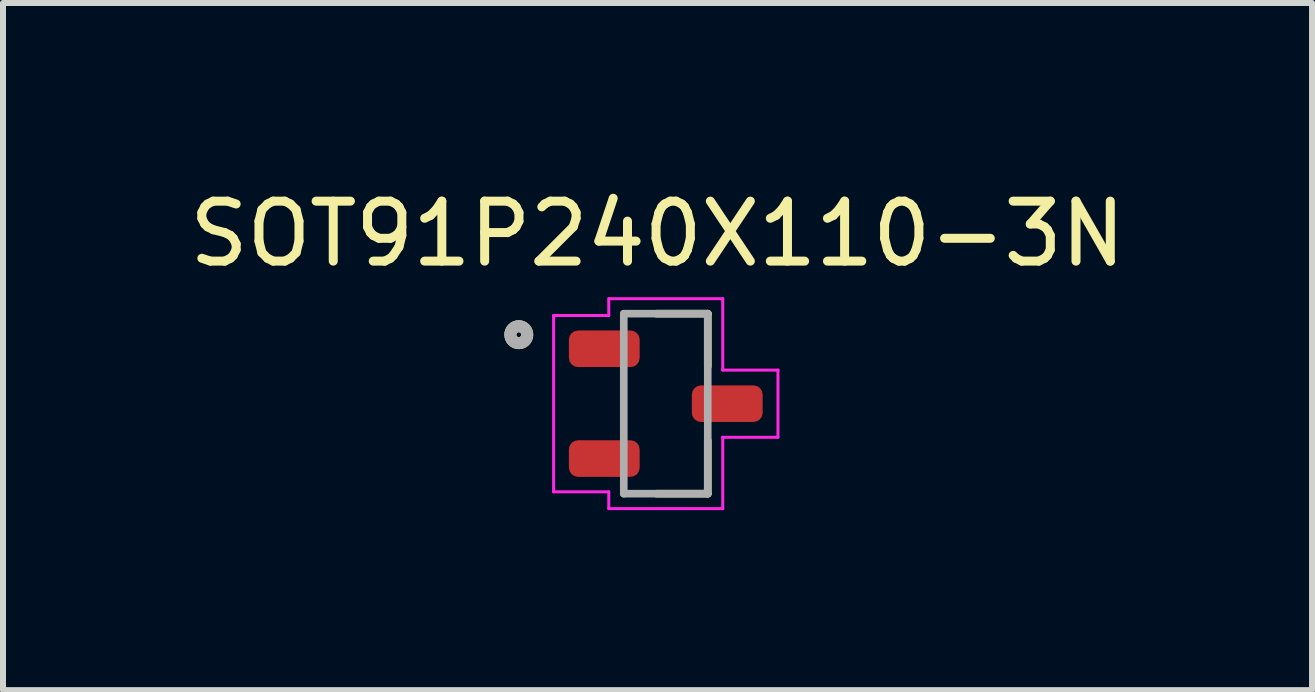
<source format=kicad_pcb>
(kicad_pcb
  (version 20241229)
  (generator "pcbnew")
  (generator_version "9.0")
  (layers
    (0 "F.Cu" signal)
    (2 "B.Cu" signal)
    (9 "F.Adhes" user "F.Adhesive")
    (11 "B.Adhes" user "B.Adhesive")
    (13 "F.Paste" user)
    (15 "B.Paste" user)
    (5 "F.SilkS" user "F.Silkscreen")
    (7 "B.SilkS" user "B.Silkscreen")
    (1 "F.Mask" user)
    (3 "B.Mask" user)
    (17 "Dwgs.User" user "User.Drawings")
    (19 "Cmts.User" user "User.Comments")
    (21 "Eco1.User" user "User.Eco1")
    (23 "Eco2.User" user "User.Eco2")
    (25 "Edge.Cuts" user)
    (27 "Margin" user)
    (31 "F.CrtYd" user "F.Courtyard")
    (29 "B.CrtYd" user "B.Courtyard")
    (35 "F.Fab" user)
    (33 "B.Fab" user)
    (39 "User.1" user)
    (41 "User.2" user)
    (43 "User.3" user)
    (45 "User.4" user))
  (footprint "SOT91P240X110-3N"
    (layer "F.Cu")
    (at 8.048 3.679)
    (property "Reference" "SOT91P240X110-3N" (at -0.138 -2.831 0) (layer "F.SilkS") (effects (font (size 1 1) (thickness 0.15))))
    (attr smd)
    (fp_line (start -0.152 1.5) (end 0.7 1.5) (stroke (width 0.127) (type solid)) (layer "F.SilkS"))
    (fp_line (start 0.7 -1.5) (end -0.152 -1.5) (stroke (width 0.127) (type solid)) (layer "F.SilkS"))
    (fp_line (start 0.7 -0.62) (end 0.7 -1.5) (stroke (width 0.127) (type solid)) (layer "F.SilkS"))
    (fp_line (start 0.7 1.5) (end 0.7 0.62) (stroke (width 0.127) (type solid)) (layer "F.SilkS"))
    (fp_circle (center -2.45 -1.15) (end -2.309 -1.15) (stroke (width 0.2) (type solid)) (fill no) (layer "F.SilkS"))
    (fp_line (start -1.87 -1.47) (end -0.95 -1.47) (stroke (width 0.05) (type solid)) (layer "F.CrtYd"))
    (fp_line (start -1.87 1.47) (end -1.87 -1.47) (stroke (width 0.05) (type solid)) (layer "F.CrtYd"))
    (fp_line (start -0.95 -1.75) (end 0.95 -1.75) (stroke (width 0.05) (type solid)) (layer "F.CrtYd"))
    (fp_line (start -0.95 -1.47) (end -0.95 -1.75) (stroke (width 0.05) (type solid)) (layer "F.CrtYd"))
    (fp_line (start -0.95 1.47) (end -1.87 1.47) (stroke (width 0.05) (type solid)) (layer "F.CrtYd"))
    (fp_line (start -0.95 1.75) (end -0.95 1.47) (stroke (width 0.05) (type solid)) (layer "F.CrtYd"))
    (fp_line (start 0.95 -1.75) (end 0.95 -0.56) (stroke (width 0.05) (type solid)) (layer "F.CrtYd"))
    (fp_line (start 0.95 -0.56) (end 1.87 -0.56) (stroke (width 0.05) (type solid)) (layer "F.CrtYd"))
    (fp_line (start 0.95 0.56) (end 0.95 1.75) (stroke (width 0.05) (type solid)) (layer "F.CrtYd"))
    (fp_line (start 0.95 1.75) (end -0.95 1.75) (stroke (width 0.05) (type solid)) (layer "F.CrtYd"))
    (fp_line (start 1.87 -0.56) (end 1.87 0.56) (stroke (width 0.05) (type solid)) (layer "F.CrtYd"))
    (fp_line (start 1.87 0.56) (end 0.95 0.56) (stroke (width 0.05) (type solid)) (layer "F.CrtYd"))
    (fp_line (start -0.7 -1.5) (end -0.7 1.5) (stroke (width 0.127) (type solid)) (layer "F.Fab"))
    (fp_line (start -0.7 1.5) (end 0.7 1.5) (stroke (width 0.127) (type solid)) (layer "F.Fab"))
    (fp_line (start 0.7 -1.5) (end -0.7 -1.5) (stroke (width 0.127) (type solid)) (layer "F.Fab"))
    (fp_line (start 0.7 1.5) (end 0.7 -1.5) (stroke (width 0.127) (type solid)) (layer "F.Fab"))
    (fp_circle (center -2.45 -1.15) (end -2.309 -1.15) (stroke (width 0.2) (type solid)) (fill no) (layer "F.Fab"))
    (pad "1" smd roundrect (at -1.025 -0.915) (size 1.18 0.61) (layers "F.Cu" "F.Mask" "F.Paste") (roundrect_rratio 0.25))
    (pad "2" smd roundrect (at -1.025 0.915) (size 1.18 0.61) (layers "F.Cu" "F.Mask" "F.Paste") (roundrect_rratio 0.25))
    (pad "3" smd roundrect (at 1.025 0) (size 1.18 0.61) (layers "F.Cu" "F.Mask" "F.Paste") (roundrect_rratio 0.25)))
  (gr_rect
    (start -3 -3)
    (end 18.821 8.454)
    (stroke (width 0.1) (type default))
    (fill no)
    (layer "Edge.Cuts")))
</source>
